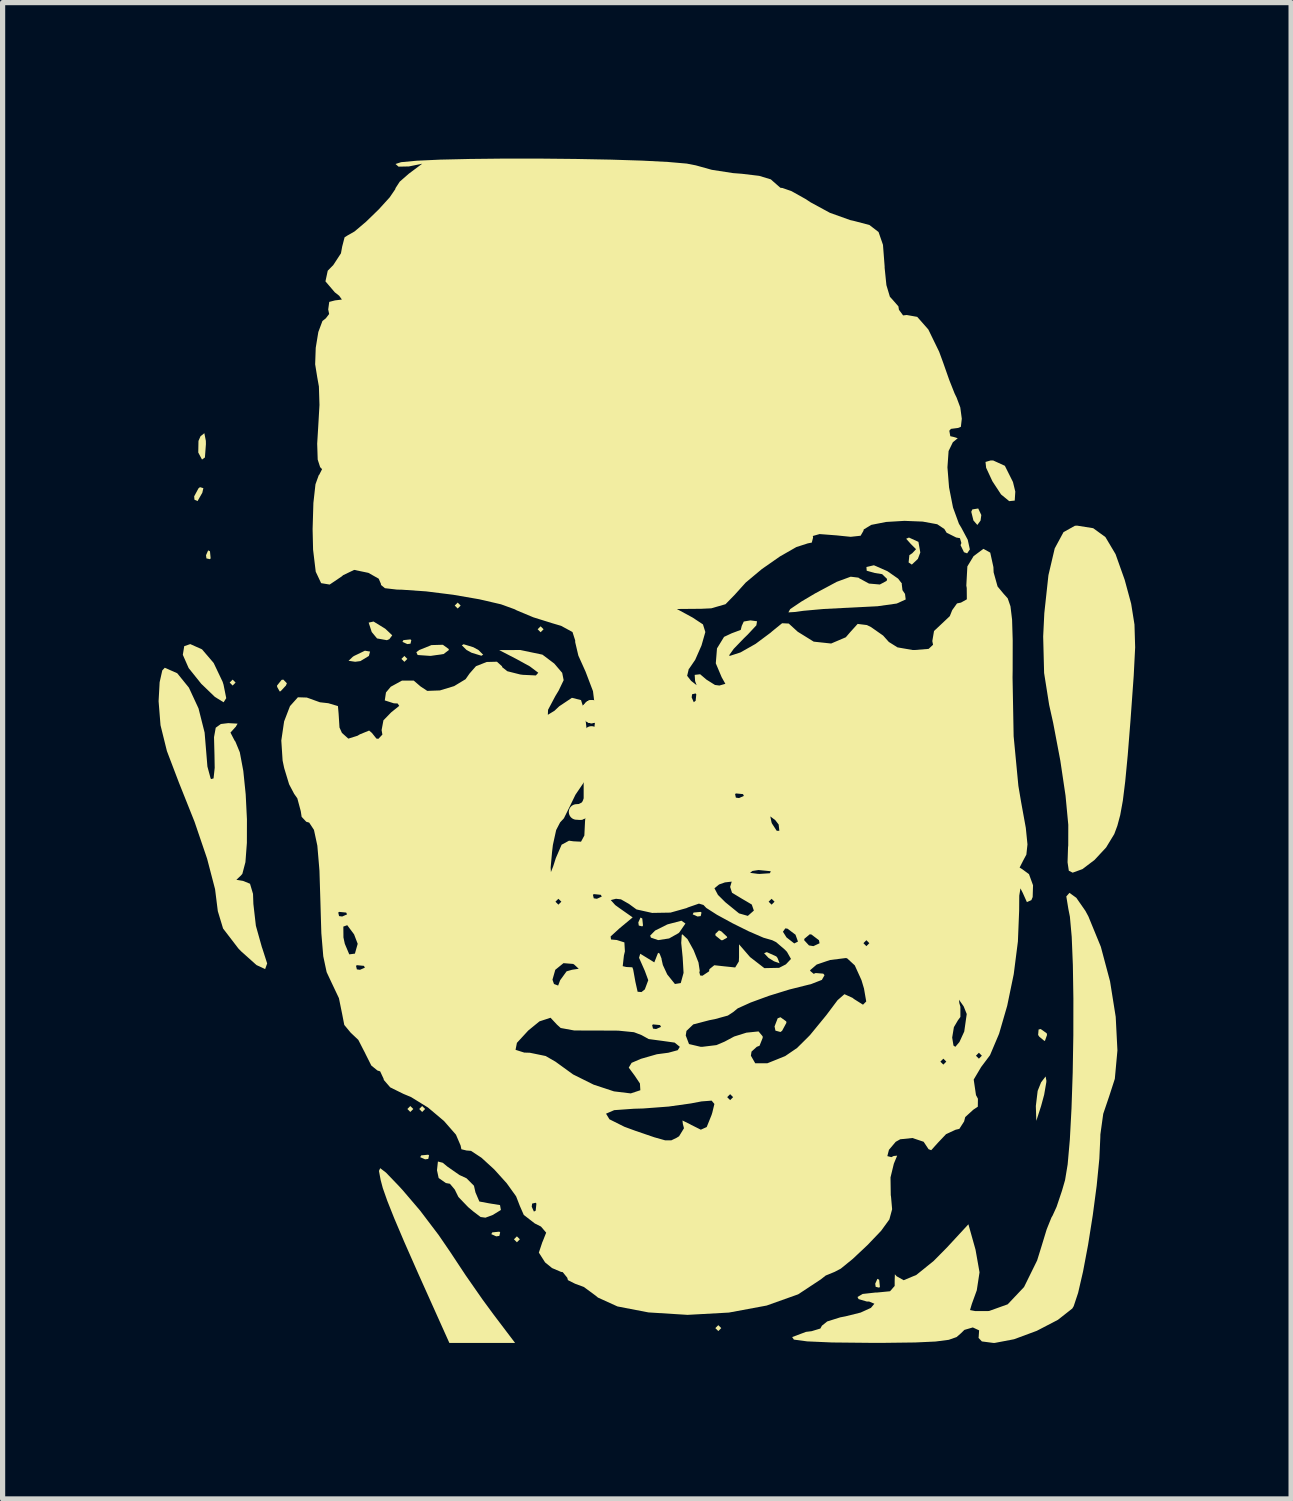
<source format=kicad_pcb>
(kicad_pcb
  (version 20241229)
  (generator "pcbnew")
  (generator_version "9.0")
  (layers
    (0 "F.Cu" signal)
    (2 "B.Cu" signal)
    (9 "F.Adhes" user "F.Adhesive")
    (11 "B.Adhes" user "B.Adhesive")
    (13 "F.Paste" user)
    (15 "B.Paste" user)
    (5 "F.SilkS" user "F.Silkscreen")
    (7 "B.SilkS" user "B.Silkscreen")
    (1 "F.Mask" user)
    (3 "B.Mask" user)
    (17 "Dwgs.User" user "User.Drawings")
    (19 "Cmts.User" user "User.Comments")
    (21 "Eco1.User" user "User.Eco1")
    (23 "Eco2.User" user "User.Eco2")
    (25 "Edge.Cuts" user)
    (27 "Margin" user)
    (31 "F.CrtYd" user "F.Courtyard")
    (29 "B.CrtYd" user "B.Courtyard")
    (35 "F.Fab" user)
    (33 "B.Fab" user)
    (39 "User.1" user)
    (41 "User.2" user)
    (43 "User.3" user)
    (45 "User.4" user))
  (footprint "jab"
    (layer "F.Cu")
    (at 9.682 11.387)
    (property "Reference" "jab" (at 0 0 0) (layer "F.SilkS") (effects (font (size 1.5 1.5) (thickness 0.3))))
    (attr board_only exclude_from_pos_files exclude_from_bom)
    (fp_poly (pts (xy -8.201 -1.31) (xy -8.258 -1.253) (xy -8.315 -1.31) (xy -8.258 -1.367)) (stroke (width 0) (type solid)) (fill yes) (layer "F.SilkS"))
    (fp_poly (pts (xy -4.898 -1.765) (xy -4.955 -1.709) (xy -5.012 -1.765) (xy -4.955 -1.822)) (stroke (width 0) (type solid)) (fill yes) (layer "F.SilkS"))
    (fp_poly (pts (xy -4.784 6.891) (xy -4.841 6.948) (xy -4.898 6.891) (xy -4.841 6.834)) (stroke (width 0) (type solid)) (fill yes) (layer "F.SilkS"))
    (fp_poly (pts (xy -4.556 6.891) (xy -4.613 6.948) (xy -4.67 6.891) (xy -4.613 6.834)) (stroke (width 0) (type solid)) (fill yes) (layer "F.SilkS"))
    (fp_poly (pts (xy -3.873 -2.791) (xy -3.93 -2.734) (xy -3.987 -2.791) (xy -3.93 -2.848)) (stroke (width 0) (type solid)) (fill yes) (layer "F.SilkS"))
    (fp_poly (pts (xy -2.734 9.397) (xy -2.791 9.454) (xy -2.848 9.397) (xy -2.791 9.34)) (stroke (width 0) (type solid)) (fill yes) (layer "F.SilkS"))
    (fp_poly (pts (xy -2.278 -2.335) (xy -2.335 -2.278) (xy -2.392 -2.335) (xy -2.335 -2.392)) (stroke (width 0) (type solid)) (fill yes) (layer "F.SilkS"))
    (fp_poly (pts (xy 1.139 11.105) (xy 1.082 11.162) (xy 1.025 11.105) (xy 1.082 11.048)) (stroke (width 0) (type solid)) (fill yes) (layer "F.SilkS"))
    (fp_poly (pts (xy -8.694 -3.835) (xy -8.681 -3.7) (xy -8.694 -3.683) (xy -8.762 -3.698) (xy -8.77 -3.759) (xy -8.729 -3.852)) (stroke (width 0) (type solid)) (fill yes) (layer "F.SilkS"))
    (fp_poly (pts (xy -4.822 -2.126) (xy -4.837 -2.058) (xy -4.898 -2.05) (xy -4.992 -2.092) (xy -4.974 -2.126) (xy -4.839 -2.14)) (stroke (width 0) (type solid)) (fill yes) (layer "F.SilkS"))
    (fp_poly (pts (xy -4.48 7.783) (xy -4.496 7.851) (xy -4.556 7.859) (xy -4.65 7.818) (xy -4.632 7.783) (xy -4.497 7.77)) (stroke (width 0) (type solid)) (fill yes) (layer "F.SilkS"))
    (fp_poly (pts (xy -3.113 9.264) (xy -3.129 9.332) (xy -3.189 9.34) (xy -3.283 9.298) (xy -3.265 9.264) (xy -3.13 9.25)) (stroke (width 0) (type solid)) (fill yes) (layer "F.SilkS"))
    (fp_poly (pts (xy -0.38 3.227) (xy -0.366 3.362) (xy -0.38 3.379) (xy -0.447 3.363) (xy -0.456 3.303) (xy -0.414 3.209)) (stroke (width 0) (type solid)) (fill yes) (layer "F.SilkS"))
    (fp_poly (pts (xy 0.759 3.113) (xy 0.744 3.181) (xy 0.683 3.189) (xy 0.59 3.148) (xy 0.607 3.113) (xy 0.743 3.1)) (stroke (width 0) (type solid)) (fill yes) (layer "F.SilkS"))
    (fp_poly (pts (xy 4.176 10.175) (xy 4.19 10.31) (xy 4.176 10.327) (xy 4.109 10.311) (xy 4.1 10.251) (xy 4.142 10.157)) (stroke (width 0) (type solid)) (fill yes) (layer "F.SilkS"))
    (fp_poly (pts (xy -8.821 -5.049) (xy -8.841 -4.961) (xy -8.933 -4.8) (xy -8.992 -4.827) (xy -8.998 -4.891) (xy -8.915 -5.045) (xy -8.886 -5.068)) (stroke (width 0) (type solid)) (fill yes) (layer "F.SilkS"))
    (fp_poly (pts (xy 2.197 3.956) (xy 2.221 3.987) (xy 2.261 4.089) (xy 2.153 4.05) (xy 2.05 3.987) (xy 1.963 3.895) (xy 2.015 3.874)) (stroke (width 0) (type solid)) (fill yes) (layer "F.SilkS"))
    (fp_poly (pts (xy 6.14 -4.532) (xy 6.126 -4.426) (xy 6.064 -4.341) (xy 5.989 -4.427) (xy 5.947 -4.595) (xy 5.968 -4.64) (xy 6.081 -4.658)) (stroke (width 0) (type solid)) (fill yes) (layer "F.SilkS"))
    (fp_poly (pts (xy -8.773 -5.958) (xy -8.772 -5.894) (xy -8.791 -5.639) (xy -8.847 -5.599) (xy -8.919 -5.734) (xy -8.915 -5.957) (xy -8.876 -6.047) (xy -8.802 -6.106)) (stroke (width 0) (type solid)) (fill yes) (layer "F.SilkS"))
    (fp_poly (pts (xy -7.215 -1.297) (xy -7.233 -1.253) (xy -7.335 -1.144) (xy -7.353 -1.139) (xy -7.402 -1.227) (xy -7.404 -1.253) (xy -7.316 -1.362) (xy -7.283 -1.367)) (stroke (width 0) (type solid)) (fill yes) (layer "F.SilkS"))
    (fp_poly (pts (xy -5.615 -1.906) (xy -5.638 -1.822) (xy -5.801 -1.723) (xy -5.901 -1.71) (xy -6.029 -1.729) (xy -5.946 -1.807) (xy -5.923 -1.822) (xy -5.714 -1.923)) (stroke (width 0) (type solid)) (fill yes) (layer "F.SilkS"))
    (fp_poly (pts (xy -5.322 -2.345) (xy -5.189 -2.219) (xy -5.244 -2.145) (xy -5.291 -2.125) (xy -5.481 -2.159) (xy -5.583 -2.282) (xy -5.642 -2.463) (xy -5.548 -2.484)) (stroke (width 0) (type solid)) (fill yes) (layer "F.SilkS"))
    (fp_poly (pts (xy -3.629 -1.99) (xy -3.531 -1.936) (xy -3.44 -1.846) (xy -3.474 -1.826) (xy -3.661 -1.883) (xy -3.759 -1.936) (xy -3.85 -2.027) (xy -3.816 -2.047)) (stroke (width 0) (type solid)) (fill yes) (layer "F.SilkS"))
    (fp_poly (pts (xy 1.139 3.474) (xy 1.248 3.576) (xy 1.253 3.595) (xy 1.165 3.644) (xy 1.139 3.645) (xy 1.029 3.557) (xy 1.025 3.524) (xy 1.095 3.456)) (stroke (width 0) (type solid)) (fill yes) (layer "F.SilkS"))
    (fp_poly (pts (xy 2.389 5.207) (xy 2.392 5.233) (xy 2.309 5.387) (xy 2.278 5.41) (xy 2.181 5.384) (xy 2.164 5.303) (xy 2.224 5.147) (xy 2.278 5.126)) (stroke (width 0) (type solid)) (fill yes) (layer "F.SilkS"))
    (fp_poly (pts (xy 7.399 5.436) (xy 7.404 5.467) (xy 7.365 5.578) (xy 7.353 5.581) (xy 7.256 5.501) (xy 7.233 5.467) (xy 7.242 5.362) (xy 7.283 5.353)) (stroke (width 0) (type solid)) (fill yes) (layer "F.SilkS"))
    (fp_poly (pts (xy 7.392 6.349) (xy 7.39 6.378) (xy 7.349 6.616) (xy 7.29 6.834) (xy 7.198 7.119) (xy 7.189 6.834) (xy 7.224 6.543) (xy 7.29 6.378) (xy 7.377 6.265)) (stroke (width 0) (type solid)) (fill yes) (layer "F.SilkS"))
    (fp_poly (pts (xy -4.103 -1.955) (xy -4.1 -1.936) (xy -4.2 -1.859) (xy -4.443 -1.824) (xy -4.471 -1.824) (xy -4.7 -1.84) (xy -4.725 -1.894) (xy -4.67 -1.936) (xy -4.434 -2.031) (xy -4.215 -2.037)) (stroke (width 0) (type solid)) (fill yes) (layer "F.SilkS"))
    (fp_poly (pts (xy 0.45 3.324) (xy 0.335 3.491) (xy 0.319 3.508) (xy 0.136 3.611) (xy -0.075 3.643) (xy -0.214 3.595) (xy -0.228 3.556) (xy -0.133 3.459) (xy 0.097 3.344) (xy 0.114 3.338) (xy 0.373 3.27)) (stroke (width 0) (type solid)) (fill yes) (layer "F.SilkS"))
    (fp_poly (pts (xy 4.931 -4.016) (xy 4.967 -3.812) (xy 4.92 -3.688) (xy 4.804 -3.579) (xy 4.742 -3.62) (xy 4.757 -3.761) (xy 4.812 -3.797) (xy 4.885 -3.875) (xy 4.784 -3.976) (xy 4.695 -4.076) (xy 4.749 -4.099)) (stroke (width 0) (type solid)) (fill yes) (layer "F.SilkS"))
    (fp_poly (pts (xy -8.847 -1.949) (xy -8.623 -1.687) (xy -8.451 -1.326) (xy -8.433 -1.269) (xy -8.381 -1.01) (xy -8.432 -0.931) (xy -8.599 -1.034) (xy -8.862 -1.287) (xy -9.104 -1.589) (xy -9.216 -1.844) (xy -9.189 -2.01) (xy -9.073 -2.05)) (stroke (width 0) (type solid)) (fill yes) (layer "F.SilkS"))
    (fp_poly (pts (xy 6.593 -5.479) (xy 6.749 -5.167) (xy 6.794 -4.983) (xy 6.783 -4.81) (xy 6.677 -4.799) (xy 6.52 -4.928) (xy 6.356 -5.178) (xy 6.352 -5.185) (xy 6.233 -5.441) (xy 6.221 -5.553) (xy 6.318 -5.581) (xy 6.369 -5.581)) (stroke (width 0) (type solid)) (fill yes) (layer "F.SilkS"))
    (fp_poly (pts (xy -5.309 8.114) (xy -5.082 8.35) (xy -4.993 8.446) (xy -4.654 8.843) (xy -4.296 9.315) (xy -4.073 9.641) (xy -3.776 10.09) (xy -3.45 10.558) (xy -3.236 10.849) (xy -2.826 11.39) (xy -3.458 11.39) (xy -4.09 11.39) (xy -4.333 10.849) (xy -4.687 10.06) (xy -4.956 9.45) (xy -5.151 8.991) (xy -5.285 8.654) (xy -5.37 8.412) (xy -5.411 8.258) (xy -5.444 8.082) (xy -5.42 8.029)) (stroke (width 0) (type solid)) (fill yes) (layer "F.SilkS"))
    (fp_poly (pts (xy -4.217 7.925) (xy -4.129 7.998) (xy -3.895 8.161) (xy -3.759 8.224) (xy -3.617 8.367) (xy -3.588 8.495) (xy -3.513 8.67) (xy -3.332 8.704) (xy -3.116 8.739) (xy -3.099 8.833) (xy -3.256 8.929) (xy -3.396 8.981) (xy -3.49 8.968) (xy -3.633 8.859) (xy -3.73 8.777) (xy -3.916 8.583) (xy -3.987 8.439) (xy -4.079 8.329) (xy -4.157 8.315) (xy -4.296 8.218) (xy -4.328 8.069) (xy -4.31 7.901)) (stroke (width 0) (type solid)) (fill yes) (layer "F.SilkS"))
    (fp_poly (pts (xy 4.333 -3.453) (xy 4.54 -3.309) (xy 4.614 -3.213) (xy 4.61 -3.206) (xy 4.624 -3.087) (xy 4.673 -3.015) (xy 4.686 -2.908) (xy 4.514 -2.83) (xy 4.144 -2.778) (xy 3.56 -2.748) (xy 3.531 -2.747) (xy 3.105 -2.725) (xy 2.717 -2.69) (xy 2.563 -2.668) (xy 2.43 -2.66) (xy 2.465 -2.723) (xy 2.68 -2.868) (xy 2.943 -3.024) (xy 3.361 -3.248) (xy 3.628 -3.346) (xy 3.777 -3.328) (xy 3.792 -3.316) (xy 3.98 -3.214) (xy 4.189 -3.196) (xy 4.32 -3.266) (xy 4.328 -3.303) (xy 4.233 -3.395) (xy 4.094 -3.417) (xy 3.936 -3.461) (xy 3.931 -3.533) (xy 4.075 -3.566)) (stroke (width 0) (type solid)) (fill yes) (layer "F.SilkS"))
    (fp_poly (pts (xy 8.292 -4.279) (xy 8.527 -4.108) (xy 8.722 -3.78) (xy 8.898 -3.285) (xy 9.022 -2.827) (xy 9.086 -2.426) (xy 9.099 -1.987) (xy 9.071 -1.437) (xy 9.009 -0.577) (xy 8.956 0.088) (xy 8.908 0.59) (xy 8.862 0.962) (xy 8.812 1.237) (xy 8.756 1.446) (xy 8.697 1.604) (xy 8.54 1.862) (xy 8.317 2.102) (xy 8.084 2.278) (xy 7.897 2.346) (xy 7.823 2.308) (xy 7.799 2.146) (xy 7.808 1.863) (xy 7.812 1.822) (xy 7.813 1.426) (xy 7.76 0.864) (xy 7.66 0.192) (xy 7.522 -0.536) (xy 7.445 -0.881) (xy 7.348 -1.494) (xy 7.33 -2.196) (xy 7.352 -2.645) (xy 7.431 -3.374) (xy 7.552 -3.89) (xy 7.721 -4.203) (xy 7.941 -4.326) (xy 7.984 -4.328)) (stroke (width 0) (type solid)) (fill yes) (layer "F.SilkS"))
    (fp_poly (pts (xy -9.324 -1.49) (xy -9.099 -1.212) (xy -8.914 -0.813) (xy -8.797 -0.349) (xy -8.769 -0.011) (xy -8.743 0.305) (xy -8.682 0.531) (xy -8.673 0.546) (xy -8.625 0.533) (xy -8.603 0.33) (xy -8.607 0.091) (xy -8.616 -0.26) (xy -8.583 -0.442) (xy -8.485 -0.513) (xy -8.343 -0.53) (xy -8.163 -0.52) (xy -8.201 -0.455) (xy -8.205 -0.453) (xy -8.3 -0.348) (xy -8.221 -0.196) (xy -8.205 -0.175) (xy -8.12 0.031) (xy -8.053 0.389) (xy -8.007 0.838) (xy -7.983 1.319) (xy -7.984 1.774) (xy -8.012 2.144) (xy -8.071 2.368) (xy -8.1 2.402) (xy -8.186 2.483) (xy -8.059 2.504) (xy -7.924 2.559) (xy -7.866 2.754) (xy -7.859 2.948) (xy -7.811 3.367) (xy -7.695 3.781) (xy -7.687 3.802) (xy -7.594 4.092) (xy -7.633 4.2) (xy -7.799 4.123) (xy -8.089 3.864) (xy -8.146 3.806) (xy -8.442 3.42) (xy -8.543 3.086) (xy -8.596 2.663) (xy -8.749 2.077) (xy -8.991 1.366) (xy -9.291 0.614) (xy -9.522 0.007) (xy -9.645 -0.49) (xy -9.682 -0.952) (xy -9.662 -1.316) (xy -9.611 -1.544) (xy -9.563 -1.595)) (stroke (width 0) (type solid)) (fill yes) (layer "F.SilkS"))
    (fp_poly (pts (xy 7.967 2.829) (xy 8.141 3.079) (xy 8.199 3.186) (xy 8.439 3.771) (xy 8.616 4.435) (xy 8.725 5.119) (xy 8.758 5.764) (xy 8.708 6.311) (xy 8.599 6.648) (xy 8.485 6.984) (xy 8.43 7.38) (xy 8.429 7.436) (xy 8.41 7.849) (xy 8.359 8.365) (xy 8.284 8.933) (xy 8.194 9.501) (xy 8.097 10.016) (xy 8.002 10.427) (xy 7.917 10.683) (xy 7.89 10.728) (xy 7.613 10.946) (xy 7.207 11.157) (xy 6.77 11.319) (xy 6.397 11.39) (xy 6.373 11.39) (xy 6.151 11.361) (xy 6.085 11.291) (xy 6.089 11.284) (xy 6.098 11.148) (xy 5.977 11.092) (xy 5.815 11.139) (xy 5.751 11.202) (xy 5.665 11.277) (xy 5.514 11.33) (xy 5.259 11.363) (xy 4.867 11.381) (xy 4.299 11.388) (xy 3.974 11.388) (xy 3.27 11.381) (xy 2.791 11.36) (xy 2.536 11.326) (xy 2.503 11.278) (xy 2.506 11.276) (xy 2.769 11.177) (xy 2.876 11.164) (xy 3.045 11.113) (xy 3.075 11.058) (xy 3.176 10.977) (xy 3.427 10.898) (xy 3.53 10.878) (xy 3.819 10.806) (xy 4.017 10.716) (xy 4.084 10.636) (xy 3.983 10.594) (xy 3.936 10.593) (xy 3.78 10.547) (xy 3.759 10.506) (xy 3.858 10.448) (xy 4.101 10.421) (xy 4.129 10.421) (xy 4.385 10.396) (xy 4.474 10.294) (xy 4.474 10.194) (xy 4.478 10.07) (xy 4.512 10.108) (xy 4.647 10.184) (xy 4.891 10.082) (xy 5.223 9.814) (xy 5.48 9.554) (xy 5.892 9.108) (xy 6.029 9.596) (xy 6.106 10.032) (xy 6.053 10.378) (xy 6.044 10.403) (xy 5.958 10.64) (xy 5.923 10.758) (xy 6.022 10.777) (xy 6.265 10.777) (xy 6.291 10.775) (xy 6.648 10.647) (xy 6.962 10.315) (xy 7.214 9.803) (xy 7.301 9.522) (xy 7.398 9.204) (xy 7.489 8.978) (xy 7.511 8.941) (xy 7.588 8.772) (xy 7.691 8.465) (xy 7.751 8.258) (xy 7.801 7.955) (xy 7.843 7.479) (xy 7.875 6.876) (xy 7.898 6.192) (xy 7.91 5.474) (xy 7.911 4.769) (xy 7.901 4.122) (xy 7.879 3.581) (xy 7.844 3.192) (xy 7.815 3.047) (xy 7.775 2.803) (xy 7.835 2.734)) (stroke (width 0) (type solid)) (fill yes) (layer "F.SilkS"))
    (fp_poly (pts (xy -2.354 -11.387) (xy -1.654 -11.38) (xy -0.984 -11.367) (xy -0.381 -11.348) (xy 0.117 -11.322) (xy 0.475 -11.291) (xy 0.649 -11.257) (xy 0.958 -11.171) (xy 1.365 -11.108) (xy 1.535 -11.095) (xy 1.869 -11.055) (xy 2.093 -10.987) (xy 2.142 -10.943) (xy 2.276 -10.826) (xy 2.318 -10.821) (xy 2.49 -10.761) (xy 2.758 -10.611) (xy 2.859 -10.545) (xy 3.229 -10.344) (xy 3.62 -10.204) (xy 3.684 -10.19) (xy 3.988 -10.11) (xy 4.164 -9.975) (xy 4.249 -9.729) (xy 4.281 -9.314) (xy 4.281 -9.288) (xy 4.315 -8.954) (xy 4.382 -8.73) (xy 4.428 -8.68) (xy 4.546 -8.545) (xy 4.556 -8.48) (xy 4.636 -8.371) (xy 4.706 -8.379) (xy 4.908 -8.343) (xy 5.121 -8.101) (xy 5.329 -7.674) (xy 5.404 -7.47) (xy 5.525 -7.126) (xy 5.627 -6.869) (xy 5.665 -6.791) (xy 5.736 -6.601) (xy 5.765 -6.384) (xy 5.747 -6.228) (xy 5.695 -6.207) (xy 5.556 -6.189) (xy 5.525 -6.153) (xy 5.544 -6.048) (xy 5.603 -6.035) (xy 5.687 -6.009) (xy 5.593 -5.932) (xy 5.511 -5.763) (xy 5.489 -5.449) (xy 5.52 -5.063) (xy 5.596 -4.677) (xy 5.71 -4.364) (xy 5.755 -4.29) (xy 5.879 -4.057) (xy 5.92 -3.871) (xy 5.868 -3.795) (xy 5.807 -3.817) (xy 5.741 -3.953) (xy 5.757 -3.994) (xy 5.729 -4.087) (xy 5.657 -4.1) (xy 5.473 -4.192) (xy 5.429 -4.264) (xy 5.292 -4.355) (xy 5.013 -4.406) (xy 4.662 -4.42) (xy 4.31 -4.399) (xy 4.025 -4.343) (xy 3.879 -4.255) (xy 3.873 -4.228) (xy 3.819 -4.134) (xy 3.628 -4.113) (xy 3.354 -4.141) (xy 3.03 -4.166) (xy 2.9 -4.129) (xy 2.905 -4.099) (xy 2.88 -4.002) (xy 2.803 -3.987) (xy 2.583 -3.916) (xy 2.267 -3.735) (xy 1.92 -3.493) (xy 1.611 -3.235) (xy 1.408 -3.01) (xy 1.406 -3.007) (xy 1.221 -2.817) (xy 0.947 -2.738) (xy 0.756 -2.729) (xy 0.285 -2.725) (xy 0.589 -2.56) (xy 0.787 -2.429) (xy 0.833 -2.282) (xy 0.759 -2.023) (xy 0.638 -1.748) (xy 0.522 -1.578) (xy 0.514 -1.571) (xy 0.483 -1.44) (xy 0.559 -1.343) (xy 0.665 -1.26) (xy 0.636 -1.338) (xy 0.628 -1.458) (xy 0.733 -1.47) (xy 0.854 -1.367) (xy 1.018 -1.264) (xy 1.103 -1.253) (xy 1.218 -1.286) (xy 1.145 -1.416) (xy 1.145 -1.417) (xy 1.034 -1.68) (xy 1.057 -1.967) (xy 1.193 -2.189) (xy 1.34 -2.258) (xy 1.514 -2.323) (xy 1.533 -2.4) (xy 1.572 -2.484) (xy 1.701 -2.506) (xy 1.827 -2.489) (xy 1.814 -2.411) (xy 1.648 -2.233) (xy 1.577 -2.164) (xy 1.379 -1.959) (xy 1.292 -1.837) (xy 1.3 -1.822) (xy 1.507 -1.889) (xy 1.799 -2.054) (xy 2.086 -2.268) (xy 2.125 -2.302) (xy 2.309 -2.451) (xy 2.437 -2.445) (xy 2.609 -2.288) (xy 2.917 -2.097) (xy 3.252 -2.061) (xy 3.534 -2.181) (xy 3.62 -2.281) (xy 3.762 -2.438) (xy 3.94 -2.416) (xy 4.018 -2.378) (xy 4.252 -2.214) (xy 4.362 -2.091) (xy 4.528 -1.987) (xy 4.815 -1.937) (xy 4.859 -1.936) (xy 5.127 -1.958) (xy 5.212 -2.037) (xy 5.198 -2.108) (xy 5.231 -2.302) (xy 5.357 -2.42) (xy 5.534 -2.587) (xy 5.581 -2.704) (xy 5.673 -2.832) (xy 5.749 -2.848) (xy 5.862 -2.911) (xy 5.86 -3.129) (xy 5.852 -3.175) (xy 5.872 -3.544) (xy 5.992 -3.742) (xy 6.181 -3.882) (xy 6.312 -3.809) (xy 6.373 -3.531) (xy 6.377 -3.43) (xy 6.453 -3.158) (xy 6.569 -3.018) (xy 6.648 -2.93) (xy 6.701 -2.777) (xy 6.732 -2.521) (xy 6.744 -2.123) (xy 6.743 -1.543) (xy 6.741 -1.411) (xy 6.762 -0.279) (xy 6.853 0.676) (xy 6.907 0.995) (xy 6.996 1.484) (xy 7.028 1.802) (xy 7.007 1.998) (xy 6.949 2.106) (xy 6.877 2.248) (xy 6.926 2.278) (xy 7.057 2.374) (xy 7.135 2.588) (xy 7.128 2.815) (xy 7.103 2.874) (xy 7.017 2.912) (xy 6.936 2.732) (xy 6.893 2.648) (xy 6.87 2.788) (xy 6.868 3.075) (xy 6.844 3.669) (xy 6.764 4.297) (xy 6.638 4.906) (xy 6.482 5.444) (xy 6.307 5.857) (xy 6.136 6.085) (xy 5.994 6.325) (xy 6.038 6.624) (xy 6.075 6.693) (xy 6.073 6.847) (xy 5.987 6.904) (xy 5.831 7.046) (xy 5.809 7.131) (xy 5.718 7.273) (xy 5.645 7.29) (xy 5.462 7.375) (xy 5.303 7.543) (xy 5.177 7.683) (xy 5.126 7.664) (xy 5.031 7.521) (xy 4.816 7.449) (xy 4.581 7.473) (xy 4.494 7.522) (xy 4.364 7.676) (xy 4.333 7.797) (xy 4.411 7.817) (xy 4.454 7.795) (xy 4.522 7.788) (xy 4.458 7.943) (xy 4.394 8.207) (xy 4.399 8.547) (xy 4.404 8.578) (xy 4.425 8.819) (xy 4.372 9.015) (xy 4.213 9.234) (xy 3.953 9.506) (xy 3.668 9.774) (xy 3.438 9.961) (xy 3.32 10.023) (xy 3.147 10.094) (xy 3.055 10.167) (xy 2.618 10.455) (xy 2.012 10.671) (xy 1.286 10.806) (xy 0.491 10.85) (xy -0.261 10.803) (xy -0.857 10.688) (xy -1.232 10.518) (xy -1.279 10.479) (xy -1.505 10.313) (xy -1.673 10.251) (xy -1.81 10.182) (xy -1.822 10.137) (xy -1.91 10.028) (xy -1.944 10.023) (xy -2.115 9.95) (xy -2.249 9.841) (xy -2.369 9.653) (xy -2.3 9.446) (xy -2.296 9.44) (xy -2.228 9.269) (xy -2.328 9.152) (xy -2.447 9.092) (xy -2.659 8.928) (xy -2.728 8.77) (xy -2.506 8.77) (xy -2.464 8.864) (xy -2.43 8.846) (xy -2.416 8.711) (xy -2.43 8.694) (xy -2.498 8.71) (xy -2.506 8.77) (xy -2.728 8.77) (xy -2.734 8.757) (xy -2.806 8.571) (xy -2.987 8.319) (xy -3.227 8.053) (xy -3.473 7.828) (xy -3.674 7.696) (xy -3.76 7.689) (xy -3.859 7.665) (xy -3.873 7.595) (xy -3.963 7.385) (xy -4.193 7.122) (xy -4.36 6.981) (xy -1.077 6.981) (xy -1.011 7.089) (xy -0.723 7.233) (xy -0.505 7.313) (xy -0.148 7.435) (xy 0.058 7.493) (xy 0.178 7.494) (xy 0.278 7.446) (xy 0.328 7.415) (xy 0.422 7.261) (xy 0.401 7.18) (xy 0.393 7.112) (xy 0.549 7.189) (xy 0.552 7.192) (xy 0.746 7.289) (xy 0.859 7.238) (xy 0.953 7.005) (xy 0.967 6.96) (xy 1.007 6.794) (xy 0.954 6.73) (xy 0.759 6.745) (xy 0.554 6.784) (xy 0.127 6.844) (xy -0.363 6.881) (xy -0.541 6.886) (xy -0.92 6.913) (xy -1.077 6.981) (xy -4.36 6.981) (xy -4.502 6.862) (xy -4.824 6.663) (xy 1.253 6.663) (xy 1.31 6.72) (xy 1.367 6.663) (xy 1.31 6.606) (xy 1.253 6.663) (xy -4.824 6.663) (xy -4.83 6.66) (xy -4.974 6.6) (xy -5.227 6.475) (xy -5.351 6.332) (xy -5.353 6.313) (xy -5.421 6.167) (xy -5.473 6.151) (xy -5.591 6.055) (xy -5.707 5.824) (xy -5.709 5.818) (xy -5.743 5.753) (xy -2.817 5.753) (xy -2.65 5.806) (xy -2.543 5.809) (xy -2.238 5.872) (xy -2.049 5.981) (xy -1.711 6.226) (xy -1.315 6.423) (xy -0.924 6.552) (xy -0.601 6.591) (xy -0.417 6.53) (xy -0.425 6.4) (xy -0.527 6.248) (xy -0.64 6.095) (xy -0.585 6.003) (xy -0.406 5.926) (xy -0.099 5.838) (xy 0.121 5.809) (xy 0.302 5.76) (xy 0.342 5.695) (xy 0.243 5.614) (xy 0.007 5.581) (xy -0.256 5.546) (xy -0.381 5.477) (xy 0.456 5.477) (xy 0.519 5.642) (xy 0.743 5.695) (xy 0.775 5.695) (xy 1.047 5.662) (xy 1.202 5.596) (xy 1.387 5.497) (xy 1.623 5.423) (xy 1.856 5.399) (xy 1.935 5.493) (xy 1.936 5.522) (xy 1.875 5.675) (xy 1.822 5.695) (xy 1.721 5.787) (xy 1.709 5.866) (xy 1.792 6.011) (xy 2.024 6.012) (xy 2.104 5.98) (xy 5.353 5.98) (xy 5.41 6.037) (xy 5.467 5.98) (xy 5.41 5.923) (xy 5.353 5.98) (xy 2.104 5.98) (xy 2.369 5.873) (xy 2.379 5.866) (xy 6.037 5.866) (xy 6.094 5.923) (xy 6.151 5.866) (xy 6.094 5.809) (xy 6.037 5.866) (xy 2.379 5.866) (xy 2.596 5.718) (xy 2.799 5.517) (xy 5.58 5.517) (xy 5.605 5.671) (xy 5.641 5.695) (xy 5.72 5.602) (xy 5.812 5.401) (xy 5.86 5.064) (xy 5.801 4.917) (xy 5.711 4.789) (xy 5.718 4.856) (xy 5.738 4.923) (xy 5.738 5.121) (xy 5.69 5.186) (xy 5.613 5.317) (xy 5.58 5.517) (xy 2.799 5.517) (xy 2.847 5.468) (xy 3.16 5.086) (xy 3.376 4.798) (xy 3.508 4.683) (xy 3.663 4.753) (xy 3.692 4.776) (xy 3.865 4.885) (xy 3.927 4.823) (xy 3.884 4.574) (xy 3.836 4.413) (xy 3.707 4.129) (xy 3.558 3.992) (xy 3.532 3.988) (xy 3.229 4.026) (xy 2.974 4.113) (xy 2.85 4.22) (xy 2.848 4.234) (xy 2.917 4.292) (xy 2.954 4.276) (xy 3.101 4.288) (xy 3.125 4.317) (xy 3.074 4.408) (xy 2.861 4.491) (xy 2.82 4.5) (xy 2.449 4.593) (xy 2.057 4.714) (xy 1.705 4.843) (xy 1.455 4.956) (xy 1.367 5.028) (xy 1.266 5.094) (xy 1.015 5.163) (xy 0.911 5.183) (xy 0.601 5.264) (xy 0.47 5.389) (xy 0.456 5.477) (xy -0.381 5.477) (xy -0.398 5.468) (xy -0.54 5.414) (xy -0.842 5.384) (xy -1.221 5.382) (xy -1.687 5.381) (xy -1.949 5.333) (xy -2.011 5.277) (xy -0.19 5.277) (xy -0.174 5.345) (xy -0.114 5.353) (xy -0.02 5.312) (xy -0.038 5.277) (xy -0.173 5.264) (xy -0.19 5.277) (xy -2.011 5.277) (xy -2.021 5.268) (xy -2.144 5.136) (xy -2.358 5.206) (xy -2.573 5.382) (xy -2.791 5.619) (xy -2.817 5.753) (xy -5.743 5.753) (xy -5.841 5.562) (xy -5.988 5.423) (xy -6.111 5.274) (xy -6.151 5.068) (xy -6.214 4.759) (xy -6.35 4.472) (xy -6.382 4.404) (xy -2.107 4.404) (xy -2.078 4.487) (xy -1.998 4.517) (xy -1.959 4.414) (xy -1.835 4.243) (xy -1.729 4.213) (xy -1.602 4.194) (xy -1.686 4.116) (xy -1.709 4.101) (xy -1.895 4.086) (xy -2.053 4.214) (xy -2.107 4.404) (xy -6.382 4.404) (xy -6.45 4.259) (xy -6.476 4.138) (xy -5.885 4.138) (xy -5.869 4.206) (xy -5.809 4.214) (xy -5.715 4.173) (xy -5.733 4.138) (xy -5.868 4.125) (xy -5.885 4.138) (xy -6.476 4.138) (xy -6.515 3.954) (xy -6.552 3.51) (xy -6.556 3.383) (xy -6.129 3.383) (xy -6.127 3.591) (xy -6.101 3.713) (xy -6.015 3.917) (xy -5.907 3.903) (xy -5.906 3.901) (xy -5.853 3.714) (xy -5.907 3.573) (xy -0.989 3.573) (xy -0.981 3.631) (xy -0.87 3.641) (xy -0.724 3.687) (xy -0.714 3.859) (xy -0.733 3.939) (xy -0.756 4.144) (xy -0.688 4.16) (xy -0.571 4.166) (xy -0.555 4.208) (xy -0.515 4.43) (xy -0.513 4.442) (xy -0.472 4.625) (xy -0.47 4.636) (xy -0.395 4.642) (xy -0.331 4.591) (xy -0.265 4.414) (xy -0.331 4.234) (xy -0.442 3.983) (xy -0.419 3.905) (xy -0.285 3.987) (xy -0.149 4.071) (xy -0.114 3.984) (xy -0.114 3.982) (xy -0.076 3.887) (xy -0.047 3.901) (xy -0.008 4.002) (xy -0.01 4.006) (xy 0.016 4.122) (xy 0.1 4.303) (xy 0.248 4.487) (xy 0.36 4.469) (xy 0.414 4.273) (xy 0.397 3.977) (xy 0.369 3.697) (xy 0.379 3.542) (xy 0.39 3.531) (xy 0.489 3.623) (xy 0.607 3.836) (xy 0.701 4.073) (xy 0.726 4.238) (xy 0.717 4.257) (xy 0.733 4.323) (xy 0.778 4.328) (xy 0.904 4.244) (xy 0.911 4.202) (xy 1.005 4.126) (xy 1.196 4.147) (xy 1.407 4.169) (xy 1.477 4.054) (xy 1.481 3.971) (xy 1.481 3.724) (xy 1.693 3.969) (xy 1.968 4.182) (xy 2.252 4.176) (xy 2.382 4.109) (xy 2.48 4.005) (xy 2.403 3.869) (xy 2.362 3.826) (xy 2.194 3.682) (xy 2.119 3.645) (xy 1.952 3.597) (xy 1.687 3.482) (xy 2.325 3.482) (xy 2.394 3.591) (xy 2.543 3.707) (xy 2.614 3.671) (xy 2.605 3.645) (xy 2.734 3.645) (xy 2.826 3.745) (xy 2.911 3.759) (xy 3.029 3.704) (xy 3.029 3.702) (xy 3.873 3.702) (xy 3.93 3.759) (xy 3.987 3.702) (xy 3.93 3.645) (xy 3.873 3.702) (xy 3.029 3.702) (xy 3.018 3.645) (xy 2.873 3.535) (xy 2.841 3.531) (xy 2.737 3.618) (xy 2.734 3.645) (xy 2.605 3.645) (xy 2.567 3.539) (xy 2.413 3.423) (xy 2.371 3.417) (xy 2.325 3.482) (xy 1.687 3.482) (xy 1.674 3.477) (xy 1.354 3.318) (xy 1.057 3.156) (xy 0.851 3.024) (xy 0.797 2.967) (xy 0.71 2.941) (xy 0.499 3.014) (xy 0.472 3.027) (xy 0.162 3.114) (xy -0.19 3.12) (xy -0.491 3.053) (xy -0.636 2.947) (xy -0.79 2.859) (xy -0.886 2.848) (xy -0.986 2.873) (xy -0.9 2.969) (xy -0.82 3.027) (xy -0.565 3.206) (xy -0.823 3.421) (xy -0.989 3.573) (xy -5.907 3.573) (xy -5.922 3.533) (xy -6.054 3.356) (xy -6.129 3.383) (xy -6.556 3.383) (xy -6.564 3.113) (xy -6.227 3.113) (xy -6.211 3.181) (xy -6.151 3.189) (xy -6.057 3.148) (xy -6.075 3.113) (xy -6.21 3.1) (xy -6.227 3.113) (xy -6.564 3.113) (xy -6.567 3.005) (xy -6.57 2.904) (xy -2.05 2.904) (xy -1.993 2.961) (xy -1.936 2.904) (xy -1.993 2.848) (xy -2.05 2.904) (xy -6.57 2.904) (xy -6.574 2.772) (xy -1.329 2.772) (xy -1.313 2.839) (xy -1.253 2.848) (xy -1.159 2.806) (xy -1.177 2.772) (xy -1.312 2.758) (xy -1.329 2.772) (xy -6.574 2.772) (xy -6.578 2.646) (xy 1.008 2.646) (xy 1.075 2.773) (xy 1.218 2.915) (xy 1.481 3.129) (xy 1.65 3.177) (xy 1.766 3.075) (xy 1.726 2.959) (xy 1.634 2.904) (xy 2.05 2.904) (xy 2.107 2.961) (xy 2.164 2.904) (xy 2.107 2.848) (xy 2.05 2.904) (xy 1.634 2.904) (xy 1.538 2.848) (xy 1.346 2.732) (xy 1.31 2.62) (xy 1.34 2.518) (xy 1.21 2.533) (xy 1.097 2.573) (xy 1.008 2.646) (xy -6.578 2.646) (xy -6.587 2.349) (xy 1.693 2.349) (xy 1.844 2.369) (xy 1.879 2.37) (xy 2.074 2.357) (xy 2.091 2.322) (xy 2.081 2.317) (xy 1.855 2.295) (xy 1.739 2.313) (xy 1.693 2.349) (xy -6.587 2.349) (xy -6.588 2.313) (xy -6.593 2.248) (xy -2.142 2.248) (xy -2.137 2.335) (xy -2.093 2.224) (xy -2.043 2.067) (xy -1.931 1.808) (xy -1.789 1.731) (xy -1.702 1.743) (xy -1.558 1.75) (xy -1.494 1.632) (xy -1.481 1.364) (xy -1.473 1.264) (xy 2.082 1.264) (xy 2.106 1.379) (xy 2.114 1.4) (xy 2.205 1.54) (xy 2.256 1.541) (xy 2.243 1.42) (xy 2.178 1.336) (xy 2.082 1.264) (xy -1.473 1.264) (xy -1.449 0.977) (xy -1.418 0.835) (xy 1.405 0.835) (xy 1.42 0.903) (xy 1.481 0.911) (xy 1.574 0.87) (xy 1.557 0.835) (xy 1.421 0.822) (xy 1.405 0.835) (xy -1.418 0.835) (xy -1.373 0.628) (xy -1.365 0.605) (xy -1.249 0.285) (xy -1.477 0.57) (xy -1.665 0.847) (xy -1.779 1.082) (xy -1.887 1.3) (xy -1.96 1.379) (xy -2.036 1.526) (xy -2.099 1.813) (xy -2.115 1.948) (xy -2.142 2.248) (xy -6.593 2.248) (xy -6.629 1.826) (xy -6.694 1.523) (xy -6.786 1.383) (xy -6.842 1.367) (xy -6.931 1.272) (xy -6.948 1.162) (xy -7.014 0.916) (xy -7.075 0.83) (xy -7.172 0.646) (xy -7.267 0.333) (xy -7.297 0.19) (xy -7.322 -0.196) (xy -7.268 -0.563) (xy -7.155 -0.857) (xy -7.003 -1.027) (xy -6.832 -1.022) (xy -6.579 -0.931) (xy -6.418 -0.913) (xy -6.233 -0.858) (xy -6.22 -0.712) (xy -6.203 -0.446) (xy -6.156 -0.342) (xy -6.033 -0.232) (xy -5.857 -0.287) (xy -5.812 -0.314) (xy -5.633 -0.387) (xy -5.581 -0.343) (xy -5.493 -0.233) (xy -5.455 -0.228) (xy -5.378 -0.31) (xy -5.393 -0.396) (xy -5.358 -0.584) (xy -5.209 -0.737) (xy -5.054 -0.862) (xy -5.085 -0.908) (xy -5.157 -0.911) (xy -5.332 -0.967) (xy -5.309 -1.12) (xy -5.217 -1.23) (xy -5.001 -1.348) (xy -4.775 -1.348) (xy -4.645 -1.236) (xy -4.515 -1.15) (xy -4.271 -1.159) (xy -3.998 -1.242) (xy -3.778 -1.375) (xy -3.701 -1.485) (xy -3.578 -1.625) (xy -3.372 -1.706) (xy -3.175 -1.711) (xy -3.076 -1.622) (xy -3.075 -1.607) (xy -2.975 -1.528) (xy -2.729 -1.466) (xy -2.677 -1.459) (xy -2.426 -1.447) (xy -2.38 -1.499) (xy -2.542 -1.621) (xy -2.791 -1.758) (xy -3.132 -1.935) (xy -2.725 -1.936) (xy -2.3 -1.847) (xy -2.073 -1.676) (xy -1.92 -1.497) (xy -1.892 -1.356) (xy -1.988 -1.156) (xy -2.052 -1.05) (xy -2.192 -0.786) (xy -2.196 -0.69) (xy -2.067 -0.769) (xy -1.977 -0.854) (xy -1.733 -1.017) (xy -1.558 -0.973) (xy -1.482 -0.733) (xy -1.481 -0.69) (xy -1.448 -0.391) (xy -1.375 -0.306) (xy -1.303 -0.436) (xy -1.272 -0.686) (xy -1.313 -1.025) (xy 0.57 -1.025) (xy 0.611 -0.931) (xy 0.645 -0.949) (xy 0.659 -1.084) (xy 0.645 -1.101) (xy 0.578 -1.085) (xy 0.57 -1.025) (xy -1.313 -1.025) (xy -1.328 -1.145) (xy -1.471 -1.521) (xy -1.609 -1.828) (xy -1.67 -2.087) (xy -1.67 -2.12) (xy -1.722 -2.282) (xy -1.941 -2.401) (xy -2.107 -2.45) (xy -2.475 -2.565) (xy -2.793 -2.698) (xy -2.835 -2.72) (xy -3.097 -2.815) (xy -3.515 -2.912) (xy -4.019 -2.999) (xy -4.538 -3.064) (xy -5.001 -3.096) (xy -5.097 -3.098) (xy -5.329 -3.125) (xy -5.408 -3.19) (xy -5.403 -3.201) (xy -5.449 -3.308) (xy -5.647 -3.42) (xy -5.92 -3.477) (xy -6.132 -3.376) (xy -6.162 -3.35) (xy -6.392 -3.195) (xy -6.556 -3.222) (xy -6.66 -3.442) (xy -6.711 -3.866) (xy -6.72 -4.261) (xy -6.705 -4.764) (xy -6.665 -5.123) (xy -6.602 -5.298) (xy -6.594 -5.304) (xy -6.538 -5.414) (xy -6.575 -5.453) (xy -6.622 -5.598) (xy -6.632 -5.904) (xy -6.612 -6.232) (xy -6.588 -6.649) (xy -6.599 -7.004) (xy -6.631 -7.182) (xy -6.671 -7.431) (xy -6.66 -7.748) (xy -6.61 -8.052) (xy -6.531 -8.264) (xy -6.466 -8.315) (xy -6.402 -8.398) (xy -6.42 -8.486) (xy -6.4 -8.631) (xy -6.289 -8.66) (xy -6.157 -8.676) (xy -6.209 -8.749) (xy -6.293 -8.815) (xy -6.473 -9.026) (xy -6.429 -9.231) (xy -6.322 -9.34) (xy -6.175 -9.565) (xy -6.151 -9.696) (xy -6.105 -9.873) (xy -6.048 -9.909) (xy -5.913 -9.986) (xy -5.691 -10.174) (xy -5.446 -10.412) (xy -5.238 -10.641) (xy -5.13 -10.799) (xy -5.126 -10.818) (xy -5.044 -10.944) (xy -4.869 -11.097) (xy -4.613 -11.288) (xy -4.869 -11.236) (xy -5.067 -11.232) (xy -5.126 -11.283) (xy -5.018 -11.318) (xy -4.719 -11.346) (xy -4.267 -11.367) (xy -3.697 -11.38) (xy -3.047 -11.387)) (stroke (width 0) (type solid)) (fill yes) (layer "F.SilkS")))
  (gr_rect
    (start -3 -3)
    (end 21.78 25.777)
    (stroke (width 0.1) (type default))
    (fill no)
    (layer "Edge.Cuts")))
</source>
